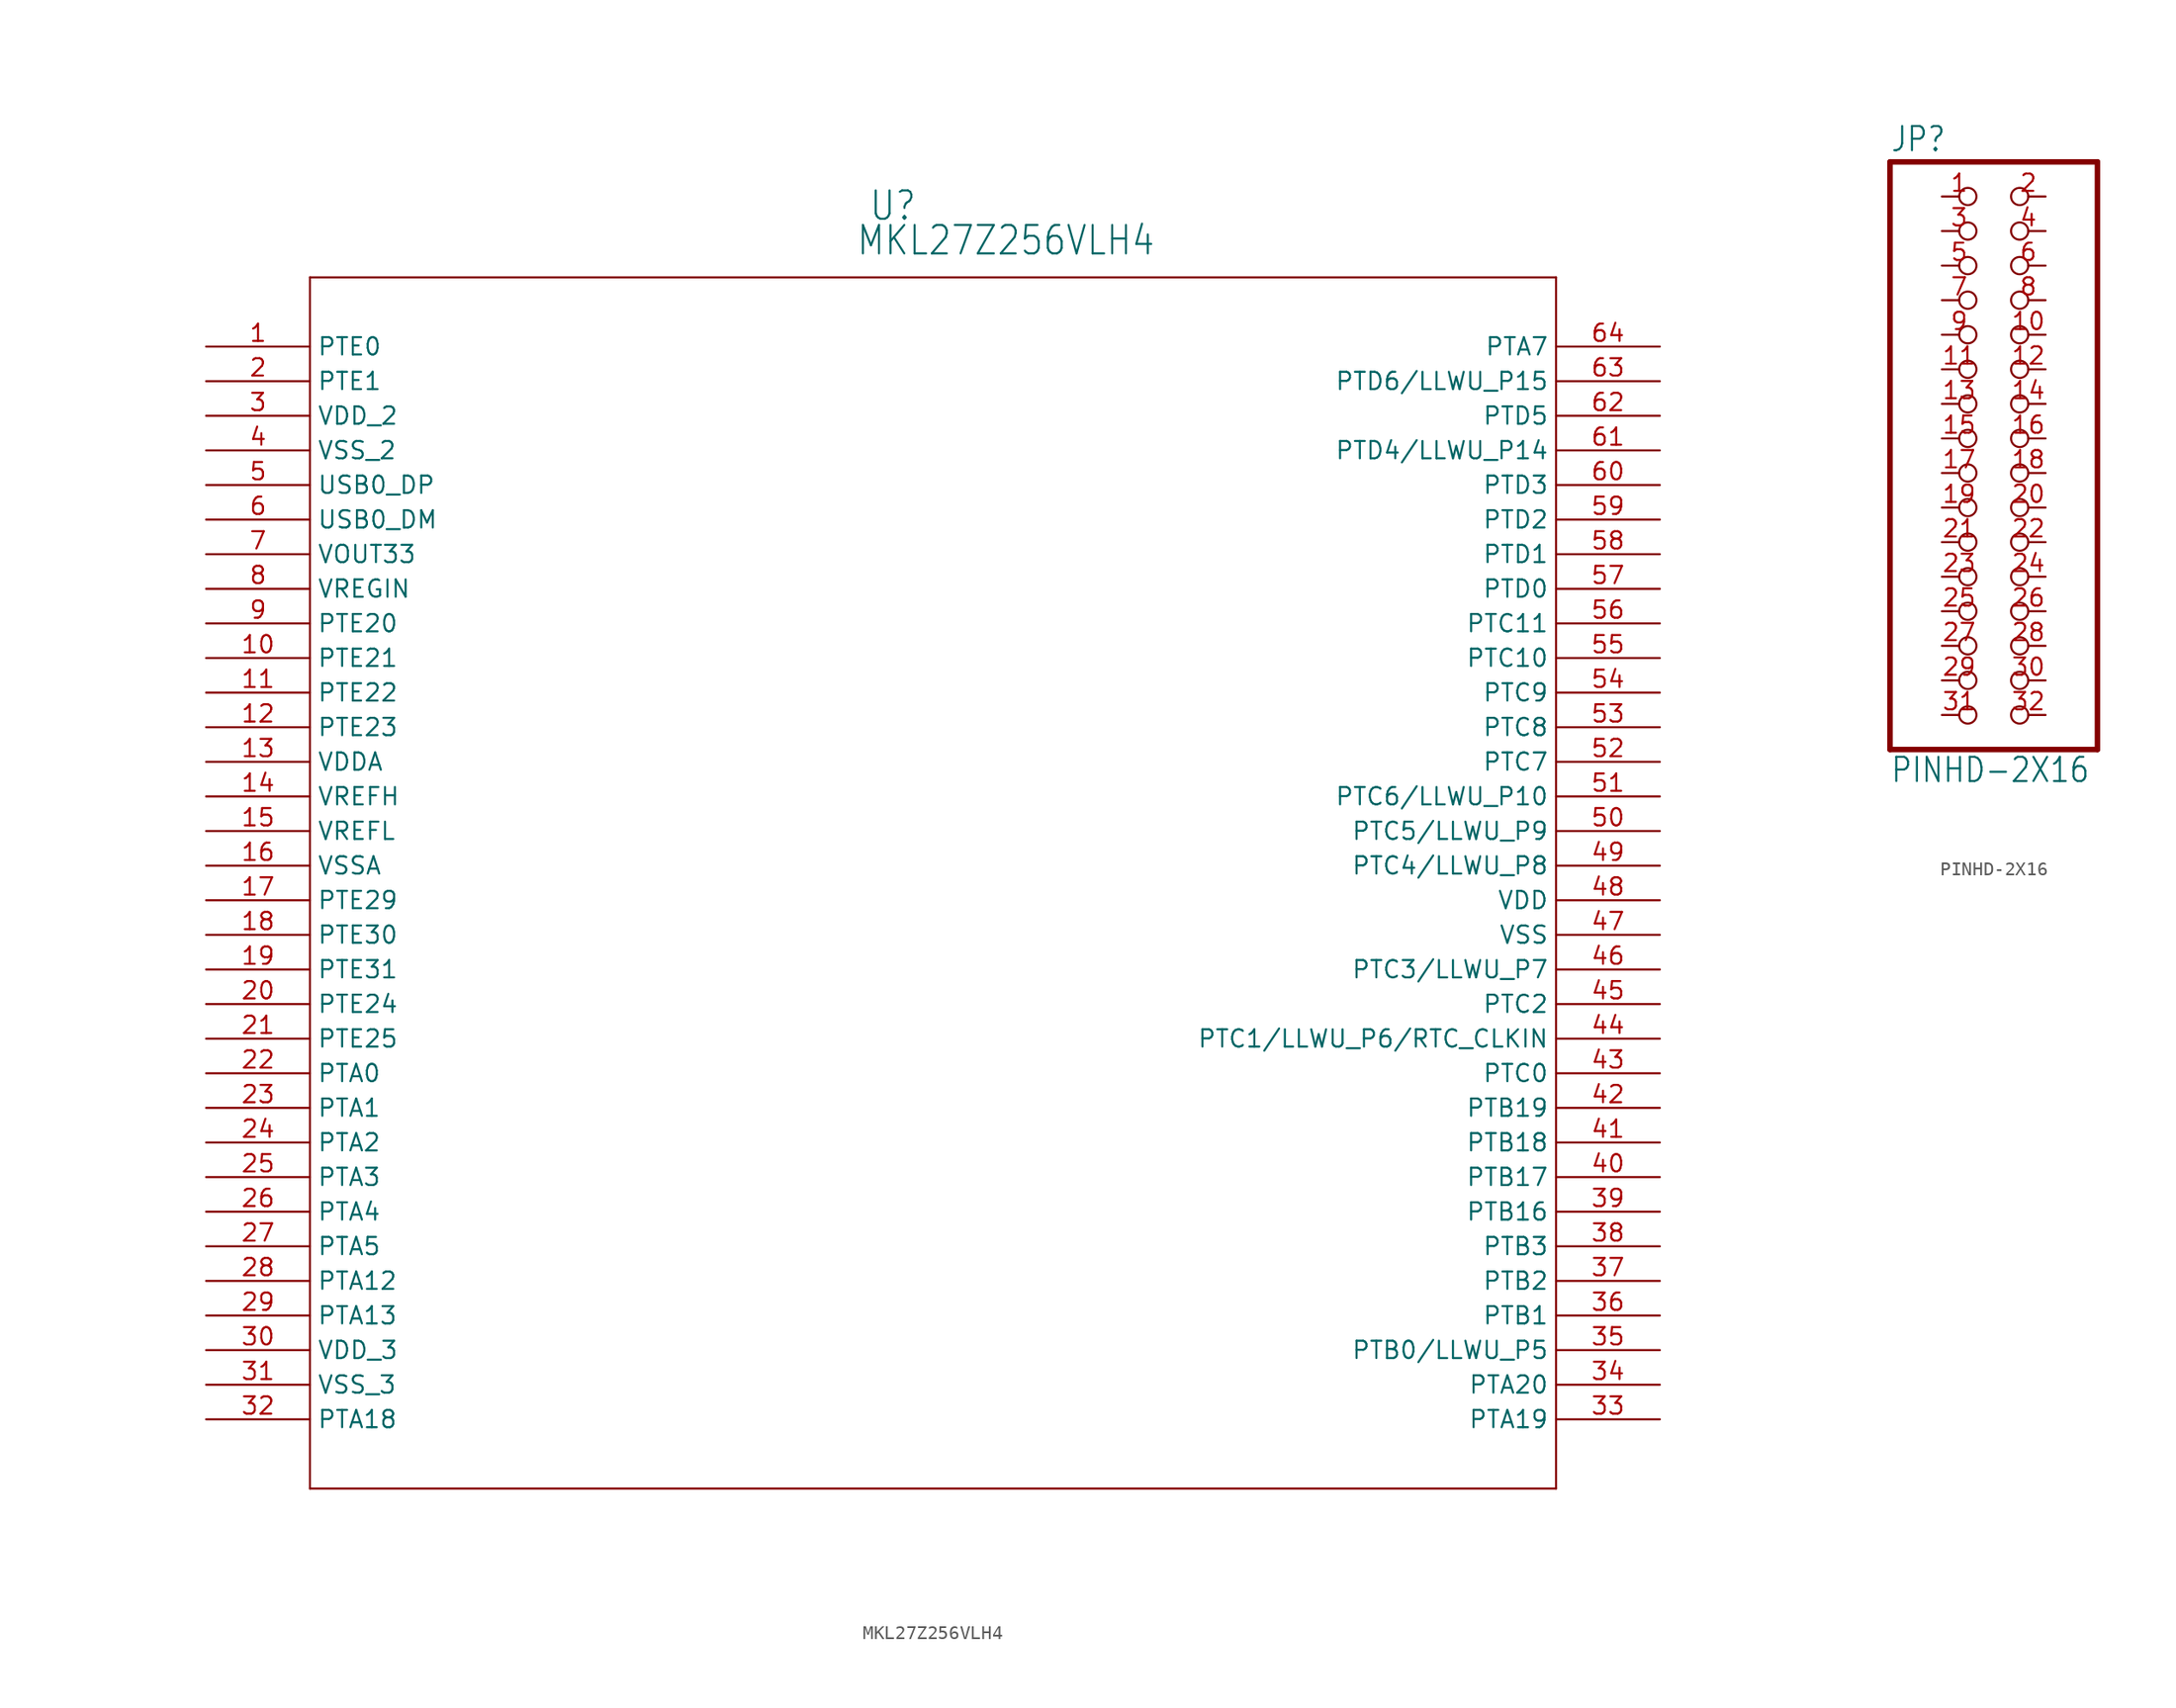
<source format=kicad_sym>
(kicad_symbol_lib
  (version 20211014)
  (generator kicad_symbol_editor)
  (symbol "MKL27Z256VLH4"
    (property "Reference" "U"
      (at 48.616 9.119 0)
      (effects (font (size 2.083 1.77)) (justify left bottom)))
    (property "Value" "MKL27Z256VLH4"
      (at 47.676 6.579 0)
      (effects (font (size 2.083 1.77)) (justify left bottom)))
    (property "ki_locked" ""
      (at 0 0 0)
      (effects (font (size 1.27 1.27))))
    (symbol "MKL27Z256VLH4_1_0"
      (polyline (pts (xy 7.62 -83.82) (xy 99.06 -83.82)) (stroke (width 0.152) (type default) (color 0 0 0 0)) (fill (type none)))
      (polyline (pts (xy 7.62 5.08) (xy 7.62 -83.82)) (stroke (width 0.152) (type default) (color 0 0 0 0)) (fill (type none)))
      (polyline (pts (xy 99.06 -83.82) (xy 99.06 5.08)) (stroke (width 0.152) (type default) (color 0 0 0 0)) (fill (type none)))
      (polyline (pts (xy 99.06 5.08) (xy 7.62 5.08)) (stroke (width 0.152) (type default) (color 0 0 0 0)) (fill (type none)))
      (pin bidirectional line (at 0 0 0) (length 7.62) (name "PTE0" (effects (font (size 1.27 1.27)))) (number "1" (effects (font (size 1.27 1.27)))))
      (pin bidirectional line (at 0 -22.86 0) (length 7.62) (name "PTE21" (effects (font (size 1.27 1.27)))) (number "10" (effects (font (size 1.27 1.27)))))
      (pin bidirectional line (at 0 -25.4 0) (length 7.62) (name "PTE22" (effects (font (size 1.27 1.27)))) (number "11" (effects (font (size 1.27 1.27)))))
      (pin bidirectional line (at 0 -27.94 0) (length 7.62) (name "PTE23" (effects (font (size 1.27 1.27)))) (number "12" (effects (font (size 1.27 1.27)))))
      (pin power_in line (at 0 -30.48 0) (length 7.62) (name "VDDA" (effects (font (size 1.27 1.27)))) (number "13" (effects (font (size 1.27 1.27)))))
      (pin power_in line (at 0 -33.02 0) (length 7.62) (name "VREFH" (effects (font (size 1.27 1.27)))) (number "14" (effects (font (size 1.27 1.27)))))
      (pin power_in line (at 0 -35.56 0) (length 7.62) (name "VREFL" (effects (font (size 1.27 1.27)))) (number "15" (effects (font (size 1.27 1.27)))))
      (pin power_in line (at 0 -38.1 0) (length 7.62) (name "VSSA" (effects (font (size 1.27 1.27)))) (number "16" (effects (font (size 1.27 1.27)))))
      (pin bidirectional line (at 0 -40.64 0) (length 7.62) (name "PTE29" (effects (font (size 1.27 1.27)))) (number "17" (effects (font (size 1.27 1.27)))))
      (pin bidirectional line (at 0 -43.18 0) (length 7.62) (name "PTE30" (effects (font (size 1.27 1.27)))) (number "18" (effects (font (size 1.27 1.27)))))
      (pin bidirectional line (at 0 -45.72 0) (length 7.62) (name "PTE31" (effects (font (size 1.27 1.27)))) (number "19" (effects (font (size 1.27 1.27)))))
      (pin bidirectional line (at 0 -2.54 0) (length 7.62) (name "PTE1" (effects (font (size 1.27 1.27)))) (number "2" (effects (font (size 1.27 1.27)))))
      (pin bidirectional line (at 0 -48.26 0) (length 7.62) (name "PTE24" (effects (font (size 1.27 1.27)))) (number "20" (effects (font (size 1.27 1.27)))))
      (pin bidirectional line (at 0 -50.8 0) (length 7.62) (name "PTE25" (effects (font (size 1.27 1.27)))) (number "21" (effects (font (size 1.27 1.27)))))
      (pin bidirectional line (at 0 -53.34 0) (length 7.62) (name "PTA0" (effects (font (size 1.27 1.27)))) (number "22" (effects (font (size 1.27 1.27)))))
      (pin bidirectional line (at 0 -55.88 0) (length 7.62) (name "PTA1" (effects (font (size 1.27 1.27)))) (number "23" (effects (font (size 1.27 1.27)))))
      (pin bidirectional line (at 0 -58.42 0) (length 7.62) (name "PTA2" (effects (font (size 1.27 1.27)))) (number "24" (effects (font (size 1.27 1.27)))))
      (pin bidirectional line (at 0 -60.96 0) (length 7.62) (name "PTA3" (effects (font (size 1.27 1.27)))) (number "25" (effects (font (size 1.27 1.27)))))
      (pin bidirectional line (at 0 -63.5 0) (length 7.62) (name "PTA4" (effects (font (size 1.27 1.27)))) (number "26" (effects (font (size 1.27 1.27)))))
      (pin bidirectional line (at 0 -66.04 0) (length 7.62) (name "PTA5" (effects (font (size 1.27 1.27)))) (number "27" (effects (font (size 1.27 1.27)))))
      (pin bidirectional line (at 0 -68.58 0) (length 7.62) (name "PTA12" (effects (font (size 1.27 1.27)))) (number "28" (effects (font (size 1.27 1.27)))))
      (pin bidirectional line (at 0 -71.12 0) (length 7.62) (name "PTA13" (effects (font (size 1.27 1.27)))) (number "29" (effects (font (size 1.27 1.27)))))
      (pin power_in line (at 0 -5.08 0) (length 7.62) (name "VDD_2" (effects (font (size 1.27 1.27)))) (number "3" (effects (font (size 1.27 1.27)))))
      (pin power_in line (at 0 -73.66 0) (length 7.62) (name "VDD_3" (effects (font (size 1.27 1.27)))) (number "30" (effects (font (size 1.27 1.27)))))
      (pin power_in line (at 0 -76.2 0) (length 7.62) (name "VSS_3" (effects (font (size 1.27 1.27)))) (number "31" (effects (font (size 1.27 1.27)))))
      (pin bidirectional line (at 0 -78.74 0) (length 7.62) (name "PTA18" (effects (font (size 1.27 1.27)))) (number "32" (effects (font (size 1.27 1.27)))))
      (pin bidirectional line (at 106.68 -78.74 180) (length 7.62) (name "PTA19" (effects (font (size 1.27 1.27)))) (number "33" (effects (font (size 1.27 1.27)))))
      (pin bidirectional line (at 106.68 -76.2 180) (length 7.62) (name "PTA20" (effects (font (size 1.27 1.27)))) (number "34" (effects (font (size 1.27 1.27)))))
      (pin bidirectional line (at 106.68 -73.66 180) (length 7.62) (name "PTB0/LLWU_P5" (effects (font (size 1.27 1.27)))) (number "35" (effects (font (size 1.27 1.27)))))
      (pin bidirectional line (at 106.68 -71.12 180) (length 7.62) (name "PTB1" (effects (font (size 1.27 1.27)))) (number "36" (effects (font (size 1.27 1.27)))))
      (pin bidirectional line (at 106.68 -68.58 180) (length 7.62) (name "PTB2" (effects (font (size 1.27 1.27)))) (number "37" (effects (font (size 1.27 1.27)))))
      (pin bidirectional line (at 106.68 -66.04 180) (length 7.62) (name "PTB3" (effects (font (size 1.27 1.27)))) (number "38" (effects (font (size 1.27 1.27)))))
      (pin bidirectional line (at 106.68 -63.5 180) (length 7.62) (name "PTB16" (effects (font (size 1.27 1.27)))) (number "39" (effects (font (size 1.27 1.27)))))
      (pin power_in line (at 0 -7.62 0) (length 7.62) (name "VSS_2" (effects (font (size 1.27 1.27)))) (number "4" (effects (font (size 1.27 1.27)))))
      (pin bidirectional line (at 106.68 -60.96 180) (length 7.62) (name "PTB17" (effects (font (size 1.27 1.27)))) (number "40" (effects (font (size 1.27 1.27)))))
      (pin bidirectional line (at 106.68 -58.42 180) (length 7.62) (name "PTB18" (effects (font (size 1.27 1.27)))) (number "41" (effects (font (size 1.27 1.27)))))
      (pin bidirectional line (at 106.68 -55.88 180) (length 7.62) (name "PTB19" (effects (font (size 1.27 1.27)))) (number "42" (effects (font (size 1.27 1.27)))))
      (pin bidirectional line (at 106.68 -53.34 180) (length 7.62) (name "PTC0" (effects (font (size 1.27 1.27)))) (number "43" (effects (font (size 1.27 1.27)))))
      (pin bidirectional line (at 106.68 -50.8 180) (length 7.62) (name "PTC1/LLWU_P6/RTC_CLKIN" (effects (font (size 1.27 1.27)))) (number "44" (effects (font (size 1.27 1.27)))))
      (pin bidirectional line (at 106.68 -48.26 180) (length 7.62) (name "PTC2" (effects (font (size 1.27 1.27)))) (number "45" (effects (font (size 1.27 1.27)))))
      (pin bidirectional line (at 106.68 -45.72 180) (length 7.62) (name "PTC3/LLWU_P7" (effects (font (size 1.27 1.27)))) (number "46" (effects (font (size 1.27 1.27)))))
      (pin power_in line (at 106.68 -43.18 180) (length 7.62) (name "VSS" (effects (font (size 1.27 1.27)))) (number "47" (effects (font (size 1.27 1.27)))))
      (pin power_in line (at 106.68 -40.64 180) (length 7.62) (name "VDD" (effects (font (size 1.27 1.27)))) (number "48" (effects (font (size 1.27 1.27)))))
      (pin bidirectional line (at 106.68 -38.1 180) (length 7.62) (name "PTC4/LLWU_P8" (effects (font (size 1.27 1.27)))) (number "49" (effects (font (size 1.27 1.27)))))
      (pin passive line (at 0 -10.16 0) (length 7.62) (name "USB0_DP" (effects (font (size 1.27 1.27)))) (number "5" (effects (font (size 1.27 1.27)))))
      (pin bidirectional line (at 106.68 -35.56 180) (length 7.62) (name "PTC5/LLWU_P9" (effects (font (size 1.27 1.27)))) (number "50" (effects (font (size 1.27 1.27)))))
      (pin bidirectional line (at 106.68 -33.02 180) (length 7.62) (name "PTC6/LLWU_P10" (effects (font (size 1.27 1.27)))) (number "51" (effects (font (size 1.27 1.27)))))
      (pin bidirectional line (at 106.68 -30.48 180) (length 7.62) (name "PTC7" (effects (font (size 1.27 1.27)))) (number "52" (effects (font (size 1.27 1.27)))))
      (pin bidirectional line (at 106.68 -27.94 180) (length 7.62) (name "PTC8" (effects (font (size 1.27 1.27)))) (number "53" (effects (font (size 1.27 1.27)))))
      (pin bidirectional line (at 106.68 -25.4 180) (length 7.62) (name "PTC9" (effects (font (size 1.27 1.27)))) (number "54" (effects (font (size 1.27 1.27)))))
      (pin bidirectional line (at 106.68 -22.86 180) (length 7.62) (name "PTC10" (effects (font (size 1.27 1.27)))) (number "55" (effects (font (size 1.27 1.27)))))
      (pin bidirectional line (at 106.68 -20.32 180) (length 7.62) (name "PTC11" (effects (font (size 1.27 1.27)))) (number "56" (effects (font (size 1.27 1.27)))))
      (pin bidirectional line (at 106.68 -17.78 180) (length 7.62) (name "PTD0" (effects (font (size 1.27 1.27)))) (number "57" (effects (font (size 1.27 1.27)))))
      (pin bidirectional line (at 106.68 -15.24 180) (length 7.62) (name "PTD1" (effects (font (size 1.27 1.27)))) (number "58" (effects (font (size 1.27 1.27)))))
      (pin bidirectional line (at 106.68 -12.7 180) (length 7.62) (name "PTD2" (effects (font (size 1.27 1.27)))) (number "59" (effects (font (size 1.27 1.27)))))
      (pin passive line (at 0 -12.7 0) (length 7.62) (name "USB0_DM" (effects (font (size 1.27 1.27)))) (number "6" (effects (font (size 1.27 1.27)))))
      (pin bidirectional line (at 106.68 -10.16 180) (length 7.62) (name "PTD3" (effects (font (size 1.27 1.27)))) (number "60" (effects (font (size 1.27 1.27)))))
      (pin bidirectional line (at 106.68 -7.62 180) (length 7.62) (name "PTD4/LLWU_P14" (effects (font (size 1.27 1.27)))) (number "61" (effects (font (size 1.27 1.27)))))
      (pin bidirectional line (at 106.68 -5.08 180) (length 7.62) (name "PTD5" (effects (font (size 1.27 1.27)))) (number "62" (effects (font (size 1.27 1.27)))))
      (pin bidirectional line (at 106.68 -2.54 180) (length 7.62) (name "PTD6/LLWU_P15" (effects (font (size 1.27 1.27)))) (number "63" (effects (font (size 1.27 1.27)))))
      (pin bidirectional line (at 106.68 0 180) (length 7.62) (name "PTA7" (effects (font (size 1.27 1.27)))) (number "64" (effects (font (size 1.27 1.27)))))
      (pin output line (at 0 -15.24 0) (length 7.62) (name "VOUT33" (effects (font (size 1.27 1.27)))) (number "7" (effects (font (size 1.27 1.27)))))
      (pin input line (at 0 -17.78 0) (length 7.62) (name "VREGIN" (effects (font (size 1.27 1.27)))) (number "8" (effects (font (size 1.27 1.27)))))
      (pin bidirectional line (at 0 -20.32 0) (length 7.62) (name "PTE20" (effects (font (size 1.27 1.27)))) (number "9" (effects (font (size 1.27 1.27)))))))
  (symbol "PINHD-2X16"
    (property "Reference" "JP"
      (at -6.35 20.955 0)
      (effects (font (size 1.778 1.511)) (justify left bottom)))
    (property "Value" "PINHD-2X16"
      (at -6.35 -25.4 0)
      (effects (font (size 1.778 1.511)) (justify left bottom)))
    (property "ki_locked" ""
      (at 0 0 0)
      (effects (font (size 1.27 1.27))))
    (symbol "PINHD-2X16_1_0"
      (polyline (pts (xy -6.35 -22.86) (xy 8.89 -22.86)) (stroke (width 0.406) (type default) (color 0 0 0 0)) (fill (type none)))
      (polyline (pts (xy -6.35 20.32) (xy -6.35 -22.86)) (stroke (width 0.406) (type default) (color 0 0 0 0)) (fill (type none)))
      (polyline (pts (xy 8.89 -22.86) (xy 8.89 20.32)) (stroke (width 0.406) (type default) (color 0 0 0 0)) (fill (type none)))
      (polyline (pts (xy 8.89 20.32) (xy -6.35 20.32)) (stroke (width 0.406) (type default) (color 0 0 0 0)) (fill (type none)))
      (pin passive inverted (at -2.54 17.78 0) (length 2.54) (name "1" (effects (font (size 0 0)))) (number "1" (effects (font (size 1.27 1.27)))))
      (pin passive inverted (at 5.08 7.62 180) (length 2.54) (name "10" (effects (font (size 0 0)))) (number "10" (effects (font (size 1.27 1.27)))))
      (pin passive inverted (at -2.54 5.08 0) (length 2.54) (name "11" (effects (font (size 0 0)))) (number "11" (effects (font (size 1.27 1.27)))))
      (pin passive inverted (at 5.08 5.08 180) (length 2.54) (name "12" (effects (font (size 0 0)))) (number "12" (effects (font (size 1.27 1.27)))))
      (pin passive inverted (at -2.54 2.54 0) (length 2.54) (name "13" (effects (font (size 0 0)))) (number "13" (effects (font (size 1.27 1.27)))))
      (pin passive inverted (at 5.08 2.54 180) (length 2.54) (name "14" (effects (font (size 0 0)))) (number "14" (effects (font (size 1.27 1.27)))))
      (pin passive inverted (at -2.54 0 0) (length 2.54) (name "15" (effects (font (size 0 0)))) (number "15" (effects (font (size 1.27 1.27)))))
      (pin passive inverted (at 5.08 0 180) (length 2.54) (name "16" (effects (font (size 0 0)))) (number "16" (effects (font (size 1.27 1.27)))))
      (pin passive inverted (at -2.54 -2.54 0) (length 2.54) (name "17" (effects (font (size 0 0)))) (number "17" (effects (font (size 1.27 1.27)))))
      (pin passive inverted (at 5.08 -2.54 180) (length 2.54) (name "18" (effects (font (size 0 0)))) (number "18" (effects (font (size 1.27 1.27)))))
      (pin passive inverted (at -2.54 -5.08 0) (length 2.54) (name "19" (effects (font (size 0 0)))) (number "19" (effects (font (size 1.27 1.27)))))
      (pin passive inverted (at 5.08 17.78 180) (length 2.54) (name "2" (effects (font (size 0 0)))) (number "2" (effects (font (size 1.27 1.27)))))
      (pin passive inverted (at 5.08 -5.08 180) (length 2.54) (name "20" (effects (font (size 0 0)))) (number "20" (effects (font (size 1.27 1.27)))))
      (pin passive inverted (at -2.54 -7.62 0) (length 2.54) (name "21" (effects (font (size 0 0)))) (number "21" (effects (font (size 1.27 1.27)))))
      (pin passive inverted (at 5.08 -7.62 180) (length 2.54) (name "22" (effects (font (size 0 0)))) (number "22" (effects (font (size 1.27 1.27)))))
      (pin passive inverted (at -2.54 -10.16 0) (length 2.54) (name "23" (effects (font (size 0 0)))) (number "23" (effects (font (size 1.27 1.27)))))
      (pin passive inverted (at 5.08 -10.16 180) (length 2.54) (name "24" (effects (font (size 0 0)))) (number "24" (effects (font (size 1.27 1.27)))))
      (pin passive inverted (at -2.54 -12.7 0) (length 2.54) (name "25" (effects (font (size 0 0)))) (number "25" (effects (font (size 1.27 1.27)))))
      (pin passive inverted (at 5.08 -12.7 180) (length 2.54) (name "26" (effects (font (size 0 0)))) (number "26" (effects (font (size 1.27 1.27)))))
      (pin passive inverted (at -2.54 -15.24 0) (length 2.54) (name "27" (effects (font (size 0 0)))) (number "27" (effects (font (size 1.27 1.27)))))
      (pin passive inverted (at 5.08 -15.24 180) (length 2.54) (name "28" (effects (font (size 0 0)))) (number "28" (effects (font (size 1.27 1.27)))))
      (pin passive inverted (at -2.54 -17.78 0) (length 2.54) (name "29" (effects (font (size 0 0)))) (number "29" (effects (font (size 1.27 1.27)))))
      (pin passive inverted (at -2.54 15.24 0) (length 2.54) (name "3" (effects (font (size 0 0)))) (number "3" (effects (font (size 1.27 1.27)))))
      (pin passive inverted (at 5.08 -17.78 180) (length 2.54) (name "30" (effects (font (size 0 0)))) (number "30" (effects (font (size 1.27 1.27)))))
      (pin passive inverted (at -2.54 -20.32 0) (length 2.54) (name "31" (effects (font (size 0 0)))) (number "31" (effects (font (size 1.27 1.27)))))
      (pin passive inverted (at 5.08 -20.32 180) (length 2.54) (name "32" (effects (font (size 0 0)))) (number "32" (effects (font (size 1.27 1.27)))))
      (pin passive inverted (at 5.08 15.24 180) (length 2.54) (name "4" (effects (font (size 0 0)))) (number "4" (effects (font (size 1.27 1.27)))))
      (pin passive inverted (at -2.54 12.7 0) (length 2.54) (name "5" (effects (font (size 0 0)))) (number "5" (effects (font (size 1.27 1.27)))))
      (pin passive inverted (at 5.08 12.7 180) (length 2.54) (name "6" (effects (font (size 0 0)))) (number "6" (effects (font (size 1.27 1.27)))))
      (pin passive inverted (at -2.54 10.16 0) (length 2.54) (name "7" (effects (font (size 0 0)))) (number "7" (effects (font (size 1.27 1.27)))))
      (pin passive inverted (at 5.08 10.16 180) (length 2.54) (name "8" (effects (font (size 0 0)))) (number "8" (effects (font (size 1.27 1.27)))))
      (pin passive inverted (at -2.54 7.62 0) (length 2.54) (name "9" (effects (font (size 0 0)))) (number "9" (effects (font (size 1.27 1.27))))))))
</source>
